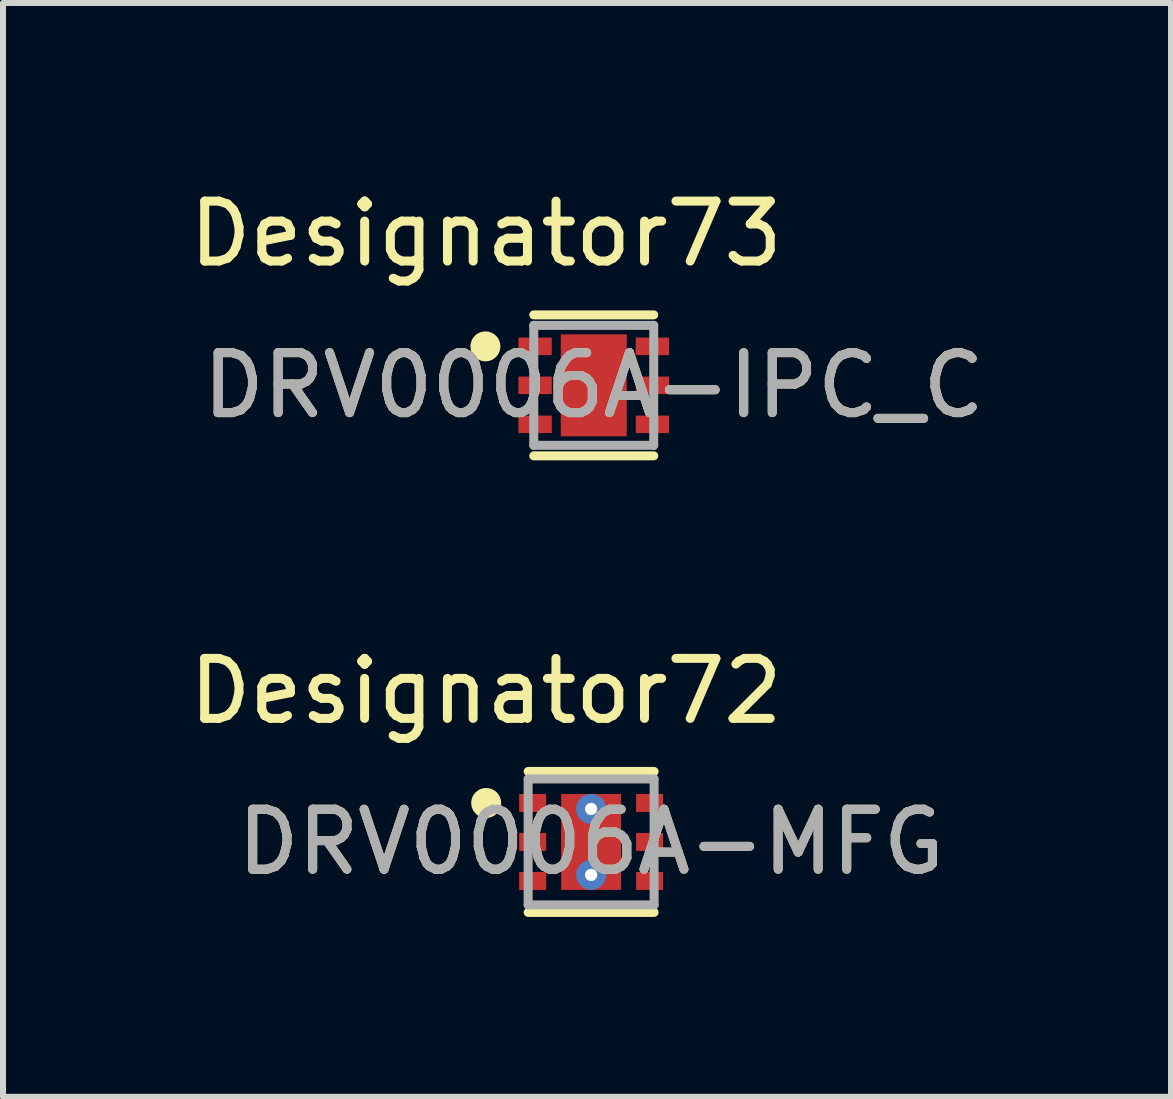
<source format=kicad_pcb>
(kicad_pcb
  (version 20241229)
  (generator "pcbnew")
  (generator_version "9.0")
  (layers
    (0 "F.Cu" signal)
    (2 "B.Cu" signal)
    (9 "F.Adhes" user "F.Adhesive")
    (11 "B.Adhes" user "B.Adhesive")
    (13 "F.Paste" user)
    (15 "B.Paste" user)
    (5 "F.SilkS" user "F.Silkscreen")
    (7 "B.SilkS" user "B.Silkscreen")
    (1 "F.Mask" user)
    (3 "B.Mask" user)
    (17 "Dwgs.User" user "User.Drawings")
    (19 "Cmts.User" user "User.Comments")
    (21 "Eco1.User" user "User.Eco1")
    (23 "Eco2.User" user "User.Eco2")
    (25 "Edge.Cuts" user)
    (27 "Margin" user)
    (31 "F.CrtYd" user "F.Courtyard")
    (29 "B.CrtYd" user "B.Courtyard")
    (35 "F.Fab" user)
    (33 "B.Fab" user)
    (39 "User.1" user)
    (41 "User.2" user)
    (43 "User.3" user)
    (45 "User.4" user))
  (footprint "DRV0006A-MFG"
    (layer "F.Cu")
    (at 6.806 10.988)
    (property "Reference" "DRV0006A-MFG" (at 0 0 0) (unlocked yes) (layer "F.SilkS") (effects (font (size 1 1) (thickness 0.15))))
    (attr smd)
    (fp_line (start -1.05 -1.175) (end 1.05 -1.175) (stroke (width 0.15) (type solid)) (layer "F.SilkS"))
    (fp_line (start -1.05 1.175) (end 1.05 1.175) (stroke (width 0.15) (type solid)) (layer "F.SilkS"))
    (fp_circle (center -1.75 -0.65) (end -1.625 -0.65) (stroke (width 0.25) (type solid)) (fill no) (layer "F.SilkS"))
    (fp_poly (pts (xy -0.5 0.15) (xy -0.45 0.1) (xy 0.45 0.1) (xy 0.5 0.15) (xy 0.5 0.75) (xy 0.45 0.8) (xy -0.45 0.8) (xy -0.5 0.75)) (stroke (width 0) (type solid)) (fill yes) (layer "F.Paste"))
    (fp_poly (pts (xy 0.45 -0.8) (xy 0.5 -0.75) (xy 0.5 -0.15) (xy 0.45 -0.1) (xy -0.45 -0.1) (xy -0.5 -0.15) (xy -0.5 -0.75) (xy -0.45 -0.8)) (stroke (width 0) (type solid)) (fill yes) (layer "F.Paste"))
    (fp_line (start -1.05 -1.05) (end 1.05 -1.05) (stroke (width 0.15) (type solid)) (layer "F.Fab"))
    (fp_line (start -1.05 1.05) (end -1.05 -1.05) (stroke (width 0.15) (type solid)) (layer "F.Fab"))
    (fp_line (start -1.05 1.05) (end 1.05 1.05) (stroke (width 0.15) (type solid)) (layer "F.Fab"))
    (fp_line (start 1.05 1.05) (end 1.05 -1.05) (stroke (width 0.15) (type solid)) (layer "F.Fab"))
    (fp_text user "Designator72" (at -1.753 -2.515 0) (unlocked yes) (layer "F.SilkS") (effects (font (size 1 1) (thickness 0.15))))
    (fp_text user "${REFERENCE}" (at 0 0 0) (unlocked yes) (layer "F.Fab") (effects (font (size 1 1) (thickness 0.15))))
    (pad "1" smd rect (at -0.975 -0.65) (size 0.45 0.3) (layers "F.Cu" "F.Mask" "F.Paste"))
    (pad "2" smd rect (at -0.975 0) (size 0.45 0.3) (layers "F.Cu" "F.Mask" "F.Paste"))
    (pad "3" smd rect (at -0.975 0.65) (size 0.45 0.3) (layers "F.Cu" "F.Mask" "F.Paste"))
    (pad "4" smd rect (at 0.975 0.65) (size 0.45 0.3) (layers "F.Cu" "F.Mask" "F.Paste"))
    (pad "5" smd rect (at 0.975 0) (size 0.45 0.3) (layers "F.Cu" "F.Mask" "F.Paste"))
    (pad "6" smd rect (at 0.975 -0.65) (size 0.45 0.3) (layers "F.Cu" "F.Mask" "F.Paste"))
    (pad "7" smd rect (at 0 0) (size 1 1.6) (layers "F.Cu" "F.Mask"))
    (pad "8" thru_hole circle (at 0 0.55) (size 0.5 0.5) (drill 0.203) (layers "*.Cu" "*.Mask"))
    (pad "9" thru_hole circle (at 0 -0.55) (size 0.5 0.5) (drill 0.203) (layers "*.Cu" "*.Mask")))
  (footprint "DRV0006A-IPC_C"
    (layer "F.Cu")
    (at 6.85 3.375)
    (property "Reference" "DRV0006A-IPC_C" (at 0 0 0) (unlocked yes) (layer "F.SilkS") (effects (font (size 1 1) (thickness 0.15))))
    (attr smd)
    (fp_line (start -1 -1.175) (end 1 -1.175) (stroke (width 0.15) (type solid)) (layer "F.SilkS"))
    (fp_line (start -1 1.175) (end 1 1.175) (stroke (width 0.15) (type solid)) (layer "F.SilkS"))
    (fp_circle (center -1.806 -0.65) (end -1.681 -0.65) (stroke (width 0.25) (type solid)) (fill no) (layer "F.SilkS"))
    (fp_poly (pts (xy -0.308 0.608) (xy 0.308 0.608) (xy 0.308 -0.608) (xy -0.308 -0.608)) (stroke (width 0) (type solid)) (fill yes) (layer "F.Paste"))
    (fp_line (start -1 -1) (end 1 -1) (stroke (width 0.15) (type solid)) (layer "F.Fab"))
    (fp_line (start -1 1) (end -1 -1) (stroke (width 0.15) (type solid)) (layer "F.Fab"))
    (fp_line (start -1 1) (end 1 1) (stroke (width 0.15) (type solid)) (layer "F.Fab"))
    (fp_line (start 1 1) (end 1 -1) (stroke (width 0.15) (type solid)) (layer "F.Fab"))
    (fp_text user "Designator73" (at -1.796 -2.527 0) (unlocked yes) (layer "F.SilkS") (effects (font (size 1 1) (thickness 0.15))))
    (fp_text user "${REFERENCE}" (at 0 0 0) (unlocked yes) (layer "F.Fab") (effects (font (size 1 1) (thickness 0.15))))
    (pad "1" smd rect (at -0.978 -0.65) (size 0.556 0.292) (layers "F.Cu" "F.Mask" "F.Paste"))
    (pad "2" smd rect (at -0.978 0) (size 0.556 0.292) (layers "F.Cu" "F.Mask" "F.Paste"))
    (pad "3" smd rect (at -0.978 0.65) (size 0.556 0.292) (layers "F.Cu" "F.Mask" "F.Paste"))
    (pad "4" smd rect (at 0.978 0.65) (size 0.556 0.292) (layers "F.Cu" "F.Mask" "F.Paste"))
    (pad "5" smd rect (at 0.978 0) (size 0.556 0.292) (layers "F.Cu" "F.Mask" "F.Paste"))
    (pad "6" smd rect (at 0.978 -0.65) (size 0.556 0.292) (layers "F.Cu" "F.Mask" "F.Paste"))
    (pad "7" smd rect (at 0 0) (size 1.1 1.7) (layers "F.Cu" "F.Mask")))
  (gr_rect
    (start -3 -3)
    (end 16.475 15.238)
    (stroke (width 0.1) (type default))
    (fill no)
    (layer "Edge.Cuts")))
</source>
